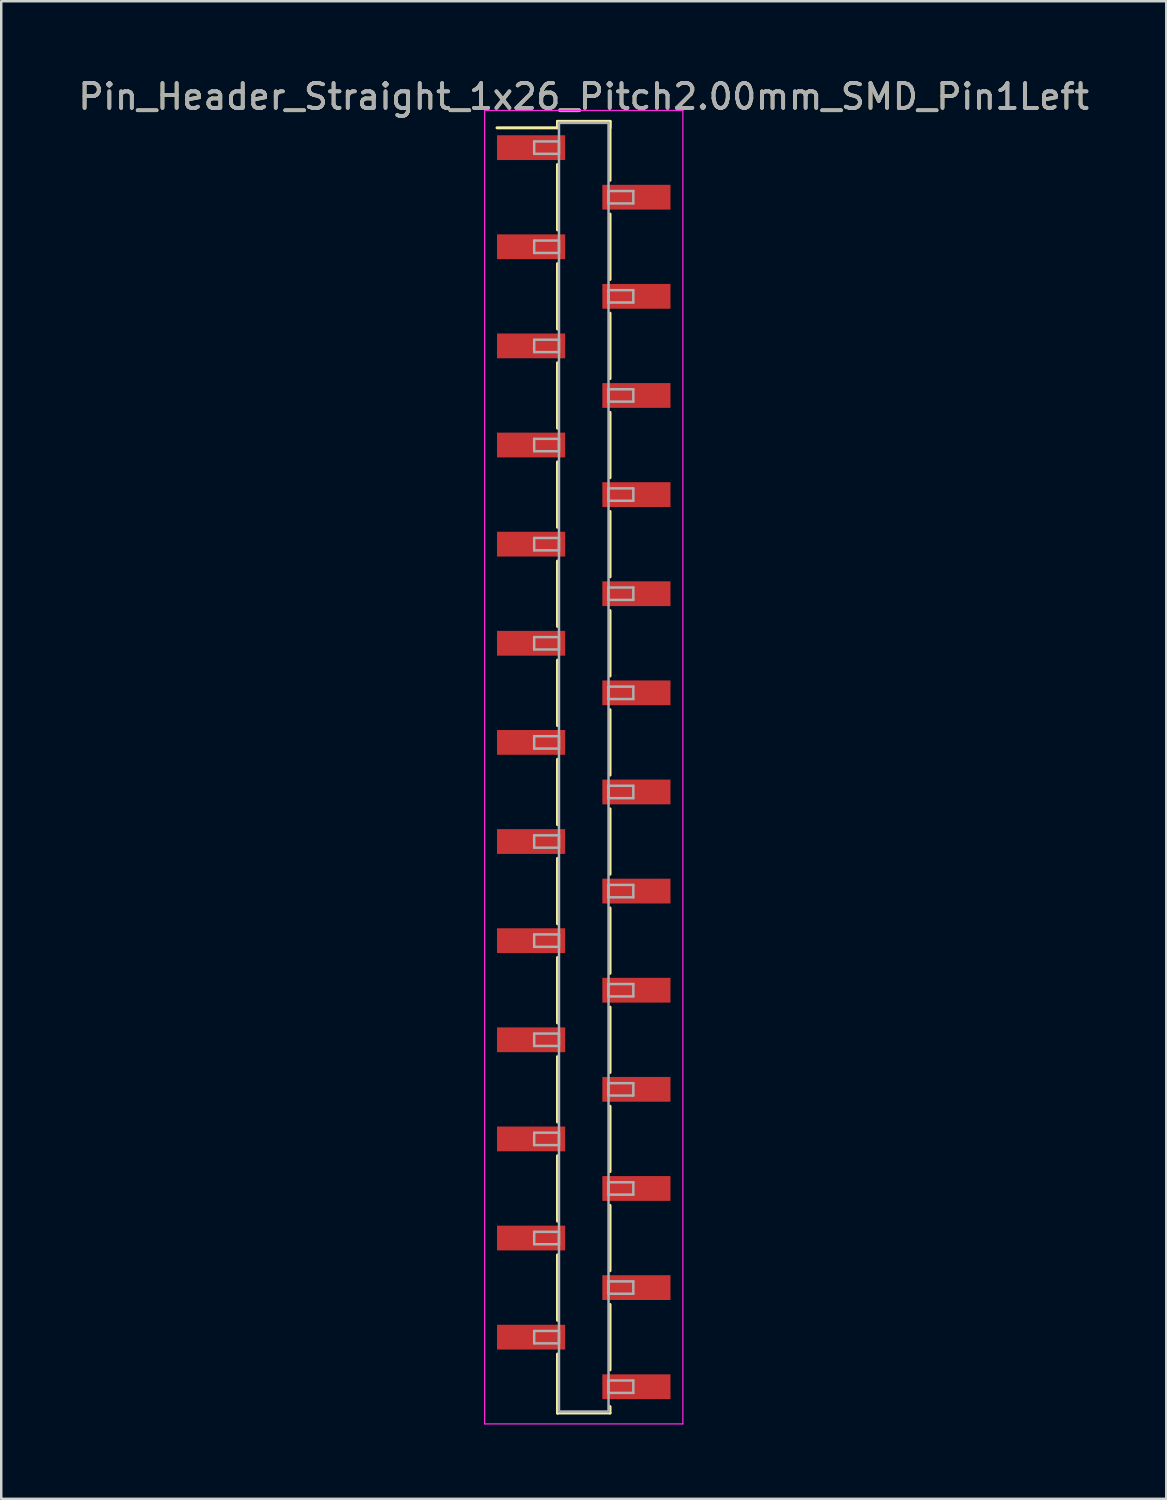
<source format=kicad_pcb>
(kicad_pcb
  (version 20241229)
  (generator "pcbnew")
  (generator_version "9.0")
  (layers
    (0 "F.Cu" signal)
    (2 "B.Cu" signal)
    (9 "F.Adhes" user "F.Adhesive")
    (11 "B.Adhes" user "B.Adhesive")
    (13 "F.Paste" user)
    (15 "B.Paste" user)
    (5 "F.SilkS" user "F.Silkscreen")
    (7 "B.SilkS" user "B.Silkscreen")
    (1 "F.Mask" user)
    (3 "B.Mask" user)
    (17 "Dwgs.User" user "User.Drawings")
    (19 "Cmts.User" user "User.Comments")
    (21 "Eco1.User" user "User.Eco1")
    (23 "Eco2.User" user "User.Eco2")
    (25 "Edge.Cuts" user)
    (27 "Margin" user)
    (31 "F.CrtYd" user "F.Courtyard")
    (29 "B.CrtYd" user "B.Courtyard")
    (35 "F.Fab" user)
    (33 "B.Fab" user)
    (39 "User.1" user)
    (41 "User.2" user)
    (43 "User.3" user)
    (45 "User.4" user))
  (footprint "Pin_Header_Straight_1x26_Pitch2.00mm_SMD_Pin1Left"
    (layer "F.Cu")
    (at 20.506 27.908)
    (property "Reference" "Pin_Header_Straight_1x26_Pitch2.00mm_SMD_Pin1Left" (at 0 -27.06 0) (layer "F.SilkS") (effects (font (size 1 1) (thickness 0.15))))
    (attr smd)
    (fp_line (start -1.06 -26.06) (end 1.06 -26.06) (stroke (width 0.12) (type solid)) (layer "F.SilkS"))
    (fp_line (start -1.06 -25.8) (end -3.5 -25.8) (stroke (width 0.12) (type solid)) (layer "F.SilkS"))
    (fp_line (start -1.06 -25.8) (end -1.06 -26.06) (stroke (width 0.12) (type solid)) (layer "F.SilkS"))
    (fp_line (start -1.06 -24.32) (end -1.06 -21.68) (stroke (width 0.12) (type solid)) (layer "F.SilkS"))
    (fp_line (start -1.06 -20.32) (end -1.06 -17.68) (stroke (width 0.12) (type solid)) (layer "F.SilkS"))
    (fp_line (start -1.06 -16.32) (end -1.06 -13.68) (stroke (width 0.12) (type solid)) (layer "F.SilkS"))
    (fp_line (start -1.06 -12.32) (end -1.06 -9.68) (stroke (width 0.12) (type solid)) (layer "F.SilkS"))
    (fp_line (start -1.06 -8.32) (end -1.06 -5.68) (stroke (width 0.12) (type solid)) (layer "F.SilkS"))
    (fp_line (start -1.06 -4.32) (end -1.06 -1.68) (stroke (width 0.12) (type solid)) (layer "F.SilkS"))
    (fp_line (start -1.06 -0.32) (end -1.06 2.32) (stroke (width 0.12) (type solid)) (layer "F.SilkS"))
    (fp_line (start -1.06 3.68) (end -1.06 6.32) (stroke (width 0.12) (type solid)) (layer "F.SilkS"))
    (fp_line (start -1.06 7.68) (end -1.06 10.32) (stroke (width 0.12) (type solid)) (layer "F.SilkS"))
    (fp_line (start -1.06 11.68) (end -1.06 14.32) (stroke (width 0.12) (type solid)) (layer "F.SilkS"))
    (fp_line (start -1.06 15.68) (end -1.06 18.32) (stroke (width 0.12) (type solid)) (layer "F.SilkS"))
    (fp_line (start -1.06 19.68) (end -1.06 22.32) (stroke (width 0.12) (type solid)) (layer "F.SilkS"))
    (fp_line (start -1.06 23.68) (end -1.06 26.06) (stroke (width 0.12) (type solid)) (layer "F.SilkS"))
    (fp_line (start -1.06 25.8) (end -1.06 26.06) (stroke (width 0.12) (type solid)) (layer "F.SilkS"))
    (fp_line (start -1.06 26.06) (end 1.06 26.06) (stroke (width 0.12) (type solid)) (layer "F.SilkS"))
    (fp_line (start 1.06 -26.06) (end 1.06 -25.8) (stroke (width 0.12) (type solid)) (layer "F.SilkS"))
    (fp_line (start 1.06 -26.06) (end 1.06 -23.68) (stroke (width 0.12) (type solid)) (layer "F.SilkS"))
    (fp_line (start 1.06 -22.32) (end 1.06 -19.68) (stroke (width 0.12) (type solid)) (layer "F.SilkS"))
    (fp_line (start 1.06 -18.32) (end 1.06 -15.68) (stroke (width 0.12) (type solid)) (layer "F.SilkS"))
    (fp_line (start 1.06 -14.32) (end 1.06 -11.68) (stroke (width 0.12) (type solid)) (layer "F.SilkS"))
    (fp_line (start 1.06 -10.32) (end 1.06 -7.68) (stroke (width 0.12) (type solid)) (layer "F.SilkS"))
    (fp_line (start 1.06 -6.32) (end 1.06 -3.68) (stroke (width 0.12) (type solid)) (layer "F.SilkS"))
    (fp_line (start 1.06 -2.32) (end 1.06 0.32) (stroke (width 0.12) (type solid)) (layer "F.SilkS"))
    (fp_line (start 1.06 1.68) (end 1.06 4.32) (stroke (width 0.12) (type solid)) (layer "F.SilkS"))
    (fp_line (start 1.06 5.68) (end 1.06 8.32) (stroke (width 0.12) (type solid)) (layer "F.SilkS"))
    (fp_line (start 1.06 9.68) (end 1.06 12.32) (stroke (width 0.12) (type solid)) (layer "F.SilkS"))
    (fp_line (start 1.06 13.68) (end 1.06 16.32) (stroke (width 0.12) (type solid)) (layer "F.SilkS"))
    (fp_line (start 1.06 17.68) (end 1.06 20.32) (stroke (width 0.12) (type solid)) (layer "F.SilkS"))
    (fp_line (start 1.06 21.68) (end 1.06 24.32) (stroke (width 0.12) (type solid)) (layer "F.SilkS"))
    (fp_line (start 1.06 26.06) (end 1.06 25.8) (stroke (width 0.12) (type solid)) (layer "F.SilkS"))
    (fp_line (start -4 -26.5) (end -4 26.5) (stroke (width 0.05) (type solid)) (layer "F.CrtYd"))
    (fp_line (start -4 26.5) (end 4 26.5) (stroke (width 0.05) (type solid)) (layer "F.CrtYd"))
    (fp_line (start 4 -26.5) (end -4 -26.5) (stroke (width 0.05) (type solid)) (layer "F.CrtYd"))
    (fp_line (start 4 26.5) (end 4 -26.5) (stroke (width 0.05) (type solid)) (layer "F.CrtYd"))
    (fp_line (start -2 -25.25) (end -1 -25.25) (stroke (width 0.1) (type solid)) (layer "F.Fab"))
    (fp_line (start -2 -24.75) (end -2 -25.25) (stroke (width 0.1) (type solid)) (layer "F.Fab"))
    (fp_line (start -2 -21.25) (end -1 -21.25) (stroke (width 0.1) (type solid)) (layer "F.Fab"))
    (fp_line (start -2 -20.75) (end -2 -21.25) (stroke (width 0.1) (type solid)) (layer "F.Fab"))
    (fp_line (start -2 -17.25) (end -1 -17.25) (stroke (width 0.1) (type solid)) (layer "F.Fab"))
    (fp_line (start -2 -16.75) (end -2 -17.25) (stroke (width 0.1) (type solid)) (layer "F.Fab"))
    (fp_line (start -2 -13.25) (end -1 -13.25) (stroke (width 0.1) (type solid)) (layer "F.Fab"))
    (fp_line (start -2 -12.75) (end -2 -13.25) (stroke (width 0.1) (type solid)) (layer "F.Fab"))
    (fp_line (start -2 -9.25) (end -1 -9.25) (stroke (width 0.1) (type solid)) (layer "F.Fab"))
    (fp_line (start -2 -8.75) (end -2 -9.25) (stroke (width 0.1) (type solid)) (layer "F.Fab"))
    (fp_line (start -2 -5.25) (end -1 -5.25) (stroke (width 0.1) (type solid)) (layer "F.Fab"))
    (fp_line (start -2 -4.75) (end -2 -5.25) (stroke (width 0.1) (type solid)) (layer "F.Fab"))
    (fp_line (start -2 -1.25) (end -1 -1.25) (stroke (width 0.1) (type solid)) (layer "F.Fab"))
    (fp_line (start -2 -0.75) (end -2 -1.25) (stroke (width 0.1) (type solid)) (layer "F.Fab"))
    (fp_line (start -2 2.75) (end -1 2.75) (stroke (width 0.1) (type solid)) (layer "F.Fab"))
    (fp_line (start -2 3.25) (end -2 2.75) (stroke (width 0.1) (type solid)) (layer "F.Fab"))
    (fp_line (start -2 6.75) (end -1 6.75) (stroke (width 0.1) (type solid)) (layer "F.Fab"))
    (fp_line (start -2 7.25) (end -2 6.75) (stroke (width 0.1) (type solid)) (layer "F.Fab"))
    (fp_line (start -2 10.75) (end -1 10.75) (stroke (width 0.1) (type solid)) (layer "F.Fab"))
    (fp_line (start -2 11.25) (end -2 10.75) (stroke (width 0.1) (type solid)) (layer "F.Fab"))
    (fp_line (start -2 14.75) (end -1 14.75) (stroke (width 0.1) (type solid)) (layer "F.Fab"))
    (fp_line (start -2 15.25) (end -2 14.75) (stroke (width 0.1) (type solid)) (layer "F.Fab"))
    (fp_line (start -2 18.75) (end -1 18.75) (stroke (width 0.1) (type solid)) (layer "F.Fab"))
    (fp_line (start -2 19.25) (end -2 18.75) (stroke (width 0.1) (type solid)) (layer "F.Fab"))
    (fp_line (start -2 22.75) (end -1 22.75) (stroke (width 0.1) (type solid)) (layer "F.Fab"))
    (fp_line (start -2 23.25) (end -2 22.75) (stroke (width 0.1) (type solid)) (layer "F.Fab"))
    (fp_line (start -1 -26) (end -1 26) (stroke (width 0.1) (type solid)) (layer "F.Fab"))
    (fp_line (start -1 -25.25) (end -1 -24.75) (stroke (width 0.1) (type solid)) (layer "F.Fab"))
    (fp_line (start -1 -24.75) (end -2 -24.75) (stroke (width 0.1) (type solid)) (layer "F.Fab"))
    (fp_line (start -1 -21.25) (end -1 -20.75) (stroke (width 0.1) (type solid)) (layer "F.Fab"))
    (fp_line (start -1 -20.75) (end -2 -20.75) (stroke (width 0.1) (type solid)) (layer "F.Fab"))
    (fp_line (start -1 -17.25) (end -1 -16.75) (stroke (width 0.1) (type solid)) (layer "F.Fab"))
    (fp_line (start -1 -16.75) (end -2 -16.75) (stroke (width 0.1) (type solid)) (layer "F.Fab"))
    (fp_line (start -1 -13.25) (end -1 -12.75) (stroke (width 0.1) (type solid)) (layer "F.Fab"))
    (fp_line (start -1 -12.75) (end -2 -12.75) (stroke (width 0.1) (type solid)) (layer "F.Fab"))
    (fp_line (start -1 -9.25) (end -1 -8.75) (stroke (width 0.1) (type solid)) (layer "F.Fab"))
    (fp_line (start -1 -8.75) (end -2 -8.75) (stroke (width 0.1) (type solid)) (layer "F.Fab"))
    (fp_line (start -1 -5.25) (end -1 -4.75) (stroke (width 0.1) (type solid)) (layer "F.Fab"))
    (fp_line (start -1 -4.75) (end -2 -4.75) (stroke (width 0.1) (type solid)) (layer "F.Fab"))
    (fp_line (start -1 -1.25) (end -1 -0.75) (stroke (width 0.1) (type solid)) (layer "F.Fab"))
    (fp_line (start -1 -0.75) (end -2 -0.75) (stroke (width 0.1) (type solid)) (layer "F.Fab"))
    (fp_line (start -1 2.75) (end -1 3.25) (stroke (width 0.1) (type solid)) (layer "F.Fab"))
    (fp_line (start -1 3.25) (end -2 3.25) (stroke (width 0.1) (type solid)) (layer "F.Fab"))
    (fp_line (start -1 6.75) (end -1 7.25) (stroke (width 0.1) (type solid)) (layer "F.Fab"))
    (fp_line (start -1 7.25) (end -2 7.25) (stroke (width 0.1) (type solid)) (layer "F.Fab"))
    (fp_line (start -1 10.75) (end -1 11.25) (stroke (width 0.1) (type solid)) (layer "F.Fab"))
    (fp_line (start -1 11.25) (end -2 11.25) (stroke (width 0.1) (type solid)) (layer "F.Fab"))
    (fp_line (start -1 14.75) (end -1 15.25) (stroke (width 0.1) (type solid)) (layer "F.Fab"))
    (fp_line (start -1 15.25) (end -2 15.25) (stroke (width 0.1) (type solid)) (layer "F.Fab"))
    (fp_line (start -1 18.75) (end -1 19.25) (stroke (width 0.1) (type solid)) (layer "F.Fab"))
    (fp_line (start -1 19.25) (end -2 19.25) (stroke (width 0.1) (type solid)) (layer "F.Fab"))
    (fp_line (start -1 22.75) (end -1 23.25) (stroke (width 0.1) (type solid)) (layer "F.Fab"))
    (fp_line (start -1 23.25) (end -2 23.25) (stroke (width 0.1) (type solid)) (layer "F.Fab"))
    (fp_line (start -1 26) (end 1 26) (stroke (width 0.1) (type solid)) (layer "F.Fab"))
    (fp_line (start 1 -26) (end -1 -26) (stroke (width 0.1) (type solid)) (layer "F.Fab"))
    (fp_line (start 1 -23.25) (end 1 -22.75) (stroke (width 0.1) (type solid)) (layer "F.Fab"))
    (fp_line (start 1 -22.75) (end 2 -22.75) (stroke (width 0.1) (type solid)) (layer "F.Fab"))
    (fp_line (start 1 -19.25) (end 1 -18.75) (stroke (width 0.1) (type solid)) (layer "F.Fab"))
    (fp_line (start 1 -18.75) (end 2 -18.75) (stroke (width 0.1) (type solid)) (layer "F.Fab"))
    (fp_line (start 1 -15.25) (end 1 -14.75) (stroke (width 0.1) (type solid)) (layer "F.Fab"))
    (fp_line (start 1 -14.75) (end 2 -14.75) (stroke (width 0.1) (type solid)) (layer "F.Fab"))
    (fp_line (start 1 -11.25) (end 1 -10.75) (stroke (width 0.1) (type solid)) (layer "F.Fab"))
    (fp_line (start 1 -10.75) (end 2 -10.75) (stroke (width 0.1) (type solid)) (layer "F.Fab"))
    (fp_line (start 1 -7.25) (end 1 -6.75) (stroke (width 0.1) (type solid)) (layer "F.Fab"))
    (fp_line (start 1 -6.75) (end 2 -6.75) (stroke (width 0.1) (type solid)) (layer "F.Fab"))
    (fp_line (start 1 -3.25) (end 1 -2.75) (stroke (width 0.1) (type solid)) (layer "F.Fab"))
    (fp_line (start 1 -2.75) (end 2 -2.75) (stroke (width 0.1) (type solid)) (layer "F.Fab"))
    (fp_line (start 1 0.75) (end 1 1.25) (stroke (width 0.1) (type solid)) (layer "F.Fab"))
    (fp_line (start 1 1.25) (end 2 1.25) (stroke (width 0.1) (type solid)) (layer "F.Fab"))
    (fp_line (start 1 4.75) (end 1 5.25) (stroke (width 0.1) (type solid)) (layer "F.Fab"))
    (fp_line (start 1 5.25) (end 2 5.25) (stroke (width 0.1) (type solid)) (layer "F.Fab"))
    (fp_line (start 1 8.75) (end 1 9.25) (stroke (width 0.1) (type solid)) (layer "F.Fab"))
    (fp_line (start 1 9.25) (end 2 9.25) (stroke (width 0.1) (type solid)) (layer "F.Fab"))
    (fp_line (start 1 12.75) (end 1 13.25) (stroke (width 0.1) (type solid)) (layer "F.Fab"))
    (fp_line (start 1 13.25) (end 2 13.25) (stroke (width 0.1) (type solid)) (layer "F.Fab"))
    (fp_line (start 1 16.75) (end 1 17.25) (stroke (width 0.1) (type solid)) (layer "F.Fab"))
    (fp_line (start 1 17.25) (end 2 17.25) (stroke (width 0.1) (type solid)) (layer "F.Fab"))
    (fp_line (start 1 20.75) (end 1 21.25) (stroke (width 0.1) (type solid)) (layer "F.Fab"))
    (fp_line (start 1 21.25) (end 2 21.25) (stroke (width 0.1) (type solid)) (layer "F.Fab"))
    (fp_line (start 1 24.75) (end 1 25.25) (stroke (width 0.1) (type solid)) (layer "F.Fab"))
    (fp_line (start 1 25.25) (end 2 25.25) (stroke (width 0.1) (type solid)) (layer "F.Fab"))
    (fp_line (start 1 26) (end 1 -26) (stroke (width 0.1) (type solid)) (layer "F.Fab"))
    (fp_line (start 2 -23.25) (end 1 -23.25) (stroke (width 0.1) (type solid)) (layer "F.Fab"))
    (fp_line (start 2 -22.75) (end 2 -23.25) (stroke (width 0.1) (type solid)) (layer "F.Fab"))
    (fp_line (start 2 -19.25) (end 1 -19.25) (stroke (width 0.1) (type solid)) (layer "F.Fab"))
    (fp_line (start 2 -18.75) (end 2 -19.25) (stroke (width 0.1) (type solid)) (layer "F.Fab"))
    (fp_line (start 2 -15.25) (end 1 -15.25) (stroke (width 0.1) (type solid)) (layer "F.Fab"))
    (fp_line (start 2 -14.75) (end 2 -15.25) (stroke (width 0.1) (type solid)) (layer "F.Fab"))
    (fp_line (start 2 -11.25) (end 1 -11.25) (stroke (width 0.1) (type solid)) (layer "F.Fab"))
    (fp_line (start 2 -10.75) (end 2 -11.25) (stroke (width 0.1) (type solid)) (layer "F.Fab"))
    (fp_line (start 2 -7.25) (end 1 -7.25) (stroke (width 0.1) (type solid)) (layer "F.Fab"))
    (fp_line (start 2 -6.75) (end 2 -7.25) (stroke (width 0.1) (type solid)) (layer "F.Fab"))
    (fp_line (start 2 -3.25) (end 1 -3.25) (stroke (width 0.1) (type solid)) (layer "F.Fab"))
    (fp_line (start 2 -2.75) (end 2 -3.25) (stroke (width 0.1) (type solid)) (layer "F.Fab"))
    (fp_line (start 2 0.75) (end 1 0.75) (stroke (width 0.1) (type solid)) (layer "F.Fab"))
    (fp_line (start 2 1.25) (end 2 0.75) (stroke (width 0.1) (type solid)) (layer "F.Fab"))
    (fp_line (start 2 4.75) (end 1 4.75) (stroke (width 0.1) (type solid)) (layer "F.Fab"))
    (fp_line (start 2 5.25) (end 2 4.75) (stroke (width 0.1) (type solid)) (layer "F.Fab"))
    (fp_line (start 2 8.75) (end 1 8.75) (stroke (width 0.1) (type solid)) (layer "F.Fab"))
    (fp_line (start 2 9.25) (end 2 8.75) (stroke (width 0.1) (type solid)) (layer "F.Fab"))
    (fp_line (start 2 12.75) (end 1 12.75) (stroke (width 0.1) (type solid)) (layer "F.Fab"))
    (fp_line (start 2 13.25) (end 2 12.75) (stroke (width 0.1) (type solid)) (layer "F.Fab"))
    (fp_line (start 2 16.75) (end 1 16.75) (stroke (width 0.1) (type solid)) (layer "F.Fab"))
    (fp_line (start 2 17.25) (end 2 16.75) (stroke (width 0.1) (type solid)) (layer "F.Fab"))
    (fp_line (start 2 20.75) (end 1 20.75) (stroke (width 0.1) (type solid)) (layer "F.Fab"))
    (fp_line (start 2 21.25) (end 2 20.75) (stroke (width 0.1) (type solid)) (layer "F.Fab"))
    (fp_line (start 2 24.75) (end 1 24.75) (stroke (width 0.1) (type solid)) (layer "F.Fab"))
    (fp_line (start 2 25.25) (end 2 24.75) (stroke (width 0.1) (type solid)) (layer "F.Fab"))
    (fp_text user "${REFERENCE}" (at 0 -27.06 0) (layer "F.Fab") (effects (font (size 1 1) (thickness 0.15))))
    (pad "1" smd rect (at -2.125 -25) (size 2.75 1) (layers "F.Cu" "F.Mask" "F.Paste"))
    (pad "2" smd rect (at 2.125 -23) (size 2.75 1) (layers "F.Cu" "F.Mask" "F.Paste"))
    (pad "3" smd rect (at -2.125 -21) (size 2.75 1) (layers "F.Cu" "F.Mask" "F.Paste"))
    (pad "4" smd rect (at 2.125 -19) (size 2.75 1) (layers "F.Cu" "F.Mask" "F.Paste"))
    (pad "5" smd rect (at -2.125 -17) (size 2.75 1) (layers "F.Cu" "F.Mask" "F.Paste"))
    (pad "6" smd rect (at 2.125 -15) (size 2.75 1) (layers "F.Cu" "F.Mask" "F.Paste"))
    (pad "7" smd rect (at -2.125 -13) (size 2.75 1) (layers "F.Cu" "F.Mask" "F.Paste"))
    (pad "8" smd rect (at 2.125 -11) (size 2.75 1) (layers "F.Cu" "F.Mask" "F.Paste"))
    (pad "9" smd rect (at -2.125 -9) (size 2.75 1) (layers "F.Cu" "F.Mask" "F.Paste"))
    (pad "10" smd rect (at 2.125 -7) (size 2.75 1) (layers "F.Cu" "F.Mask" "F.Paste"))
    (pad "11" smd rect (at -2.125 -5) (size 2.75 1) (layers "F.Cu" "F.Mask" "F.Paste"))
    (pad "12" smd rect (at 2.125 -3) (size 2.75 1) (layers "F.Cu" "F.Mask" "F.Paste"))
    (pad "13" smd rect (at -2.125 -1) (size 2.75 1) (layers "F.Cu" "F.Mask" "F.Paste"))
    (pad "14" smd rect (at 2.125 1) (size 2.75 1) (layers "F.Cu" "F.Mask" "F.Paste"))
    (pad "15" smd rect (at -2.125 3) (size 2.75 1) (layers "F.Cu" "F.Mask" "F.Paste"))
    (pad "16" smd rect (at 2.125 5) (size 2.75 1) (layers "F.Cu" "F.Mask" "F.Paste"))
    (pad "17" smd rect (at -2.125 7) (size 2.75 1) (layers "F.Cu" "F.Mask" "F.Paste"))
    (pad "18" smd rect (at 2.125 9) (size 2.75 1) (layers "F.Cu" "F.Mask" "F.Paste"))
    (pad "19" smd rect (at -2.125 11) (size 2.75 1) (layers "F.Cu" "F.Mask" "F.Paste"))
    (pad "20" smd rect (at 2.125 13) (size 2.75 1) (layers "F.Cu" "F.Mask" "F.Paste"))
    (pad "21" smd rect (at -2.125 15) (size 2.75 1) (layers "F.Cu" "F.Mask" "F.Paste"))
    (pad "22" smd rect (at 2.125 17) (size 2.75 1) (layers "F.Cu" "F.Mask" "F.Paste"))
    (pad "23" smd rect (at -2.125 19) (size 2.75 1) (layers "F.Cu" "F.Mask" "F.Paste"))
    (pad "24" smd rect (at 2.125 21) (size 2.75 1) (layers "F.Cu" "F.Mask" "F.Paste"))
    (pad "25" smd rect (at -2.125 23) (size 2.75 1) (layers "F.Cu" "F.Mask" "F.Paste"))
    (pad "26" smd rect (at 2.125 25) (size 2.75 1) (layers "F.Cu" "F.Mask" "F.Paste")))
  (gr_rect
    (start -3 -3)
    (end 44.012 57.433)
    (stroke (width 0.1) (type default))
    (fill no)
    (layer "Edge.Cuts")))
</source>
